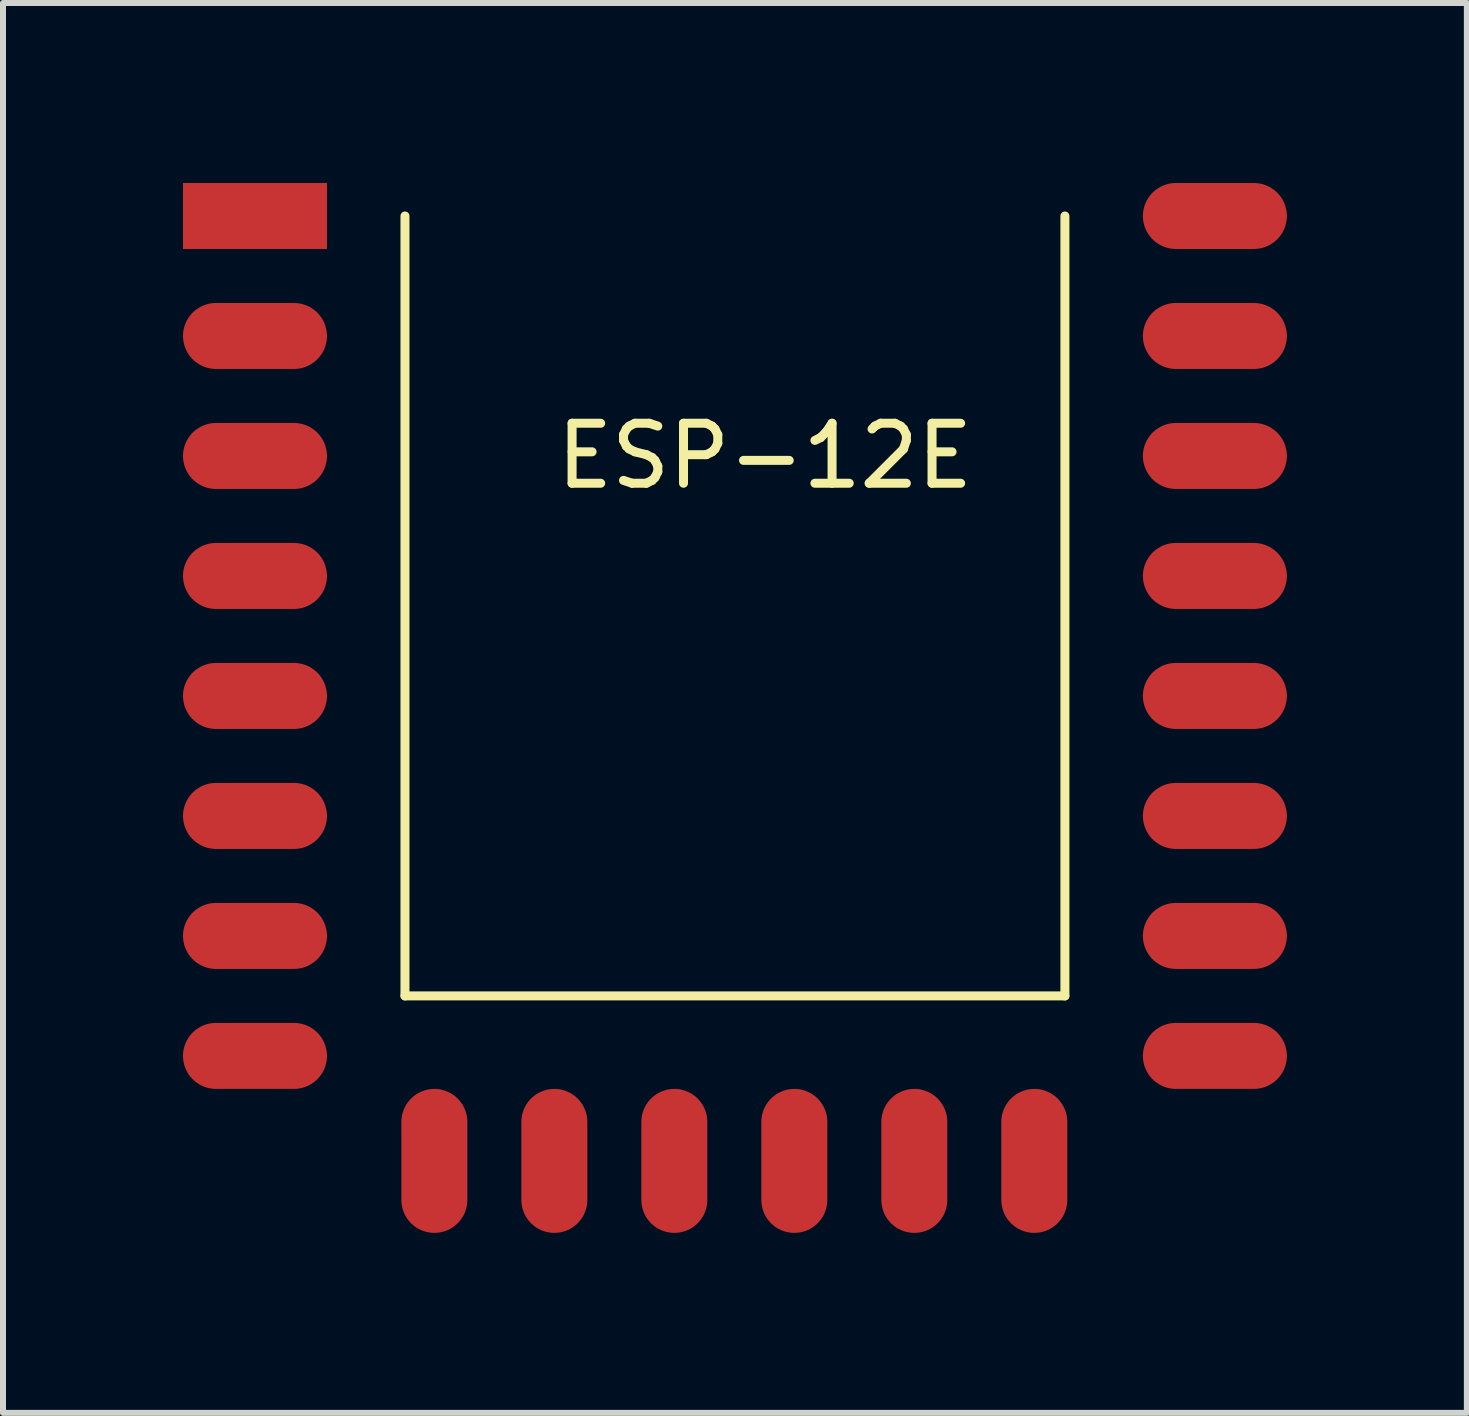
<source format=kicad_pcb>
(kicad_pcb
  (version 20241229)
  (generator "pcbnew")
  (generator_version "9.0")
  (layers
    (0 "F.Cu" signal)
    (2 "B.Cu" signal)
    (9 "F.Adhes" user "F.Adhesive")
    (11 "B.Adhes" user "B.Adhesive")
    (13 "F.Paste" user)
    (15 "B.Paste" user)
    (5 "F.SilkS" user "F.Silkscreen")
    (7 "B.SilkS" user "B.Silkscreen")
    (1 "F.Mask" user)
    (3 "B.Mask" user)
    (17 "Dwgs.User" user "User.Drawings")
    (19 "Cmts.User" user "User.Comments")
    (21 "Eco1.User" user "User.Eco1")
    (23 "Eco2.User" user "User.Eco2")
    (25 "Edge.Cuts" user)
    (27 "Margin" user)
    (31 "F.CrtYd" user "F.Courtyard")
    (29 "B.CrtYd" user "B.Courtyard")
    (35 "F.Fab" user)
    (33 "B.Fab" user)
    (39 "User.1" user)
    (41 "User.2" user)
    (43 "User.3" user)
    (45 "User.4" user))
  (footprint "ESP-12E"
    (layer "F.Cu")
    (at 1.2 0.55)
    (property "Reference" "ESP-12E" (at 8.5 4 0) (layer "F.SilkS") (effects (font (size 1 1) (thickness 0.15))))
    (attr through_hole)
    (fp_line (start 2.5 0) (end 2.5 13) (stroke (width 0.15) (type solid)) (layer "F.SilkS"))
    (fp_line (start 2.5 13) (end 13.5 13) (stroke (width 0.15) (type solid)) (layer "F.SilkS"))
    (fp_line (start 13.5 13) (end 13.5 0) (stroke (width 0.15) (type solid)) (layer "F.SilkS"))
    (pad "1" smd rect (at 0 0) (size 2.4 1.1) (layers "F.Cu" "F.Mask" "F.Paste"))
    (pad "2" smd oval (at 0 2) (size 2.4 1.1) (layers "F.Cu" "F.Mask" "F.Paste"))
    (pad "3" smd oval (at 0 4) (size 2.4 1.1) (layers "F.Cu" "F.Mask" "F.Paste"))
    (pad "4" smd oval (at 0 6) (size 2.4 1.1) (layers "F.Cu" "F.Mask" "F.Paste"))
    (pad "5" smd oval (at 0 8) (size 2.4 1.1) (layers "F.Cu" "F.Mask" "F.Paste"))
    (pad "6" smd oval (at 0 10) (size 2.4 1.1) (layers "F.Cu" "F.Mask" "F.Paste"))
    (pad "7" smd oval (at 0 12) (size 2.4 1.1) (layers "F.Cu" "F.Mask" "F.Paste"))
    (pad "8" smd oval (at 0 14) (size 2.4 1.1) (layers "F.Cu" "F.Mask" "F.Paste"))
    (pad "9" smd oval (at 2.99 15.75 90) (size 2.4 1.1) (layers "F.Cu" "F.Mask" "F.Paste"))
    (pad "10" smd oval (at 4.99 15.75 90) (size 2.4 1.1) (layers "F.Cu" "F.Mask" "F.Paste"))
    (pad "11" smd oval (at 6.99 15.75 90) (size 2.4 1.1) (layers "F.Cu" "F.Mask" "F.Paste"))
    (pad "12" smd oval (at 8.99 15.75 90) (size 2.4 1.1) (layers "F.Cu" "F.Mask" "F.Paste"))
    (pad "13" smd oval (at 10.99 15.75 90) (size 2.4 1.1) (layers "F.Cu" "F.Mask" "F.Paste"))
    (pad "14" smd oval (at 12.99 15.75 90) (size 2.4 1.1) (layers "F.Cu" "F.Mask" "F.Paste"))
    (pad "15" smd oval (at 16 14) (size 2.4 1.1) (layers "F.Cu" "F.Mask" "F.Paste"))
    (pad "16" smd oval (at 16 12) (size 2.4 1.1) (layers "F.Cu" "F.Mask" "F.Paste"))
    (pad "17" smd oval (at 16 10) (size 2.4 1.1) (layers "F.Cu" "F.Mask" "F.Paste"))
    (pad "18" smd oval (at 16 8) (size 2.4 1.1) (layers "F.Cu" "F.Mask" "F.Paste"))
    (pad "19" smd oval (at 16 6) (size 2.4 1.1) (layers "F.Cu" "F.Mask" "F.Paste"))
    (pad "20" smd oval (at 16 4) (size 2.4 1.1) (layers "F.Cu" "F.Mask" "F.Paste"))
    (pad "21" smd oval (at 16 2) (size 2.4 1.1) (layers "F.Cu" "F.Mask" "F.Paste"))
    (pad "22" smd oval (at 16 0) (size 2.4 1.1) (layers "F.Cu" "F.Mask" "F.Paste")))
  (gr_rect
    (start -3 -3)
    (end 21.4 20.5)
    (stroke (width 0.1) (type default))
    (fill no)
    (layer "Edge.Cuts")))
</source>
